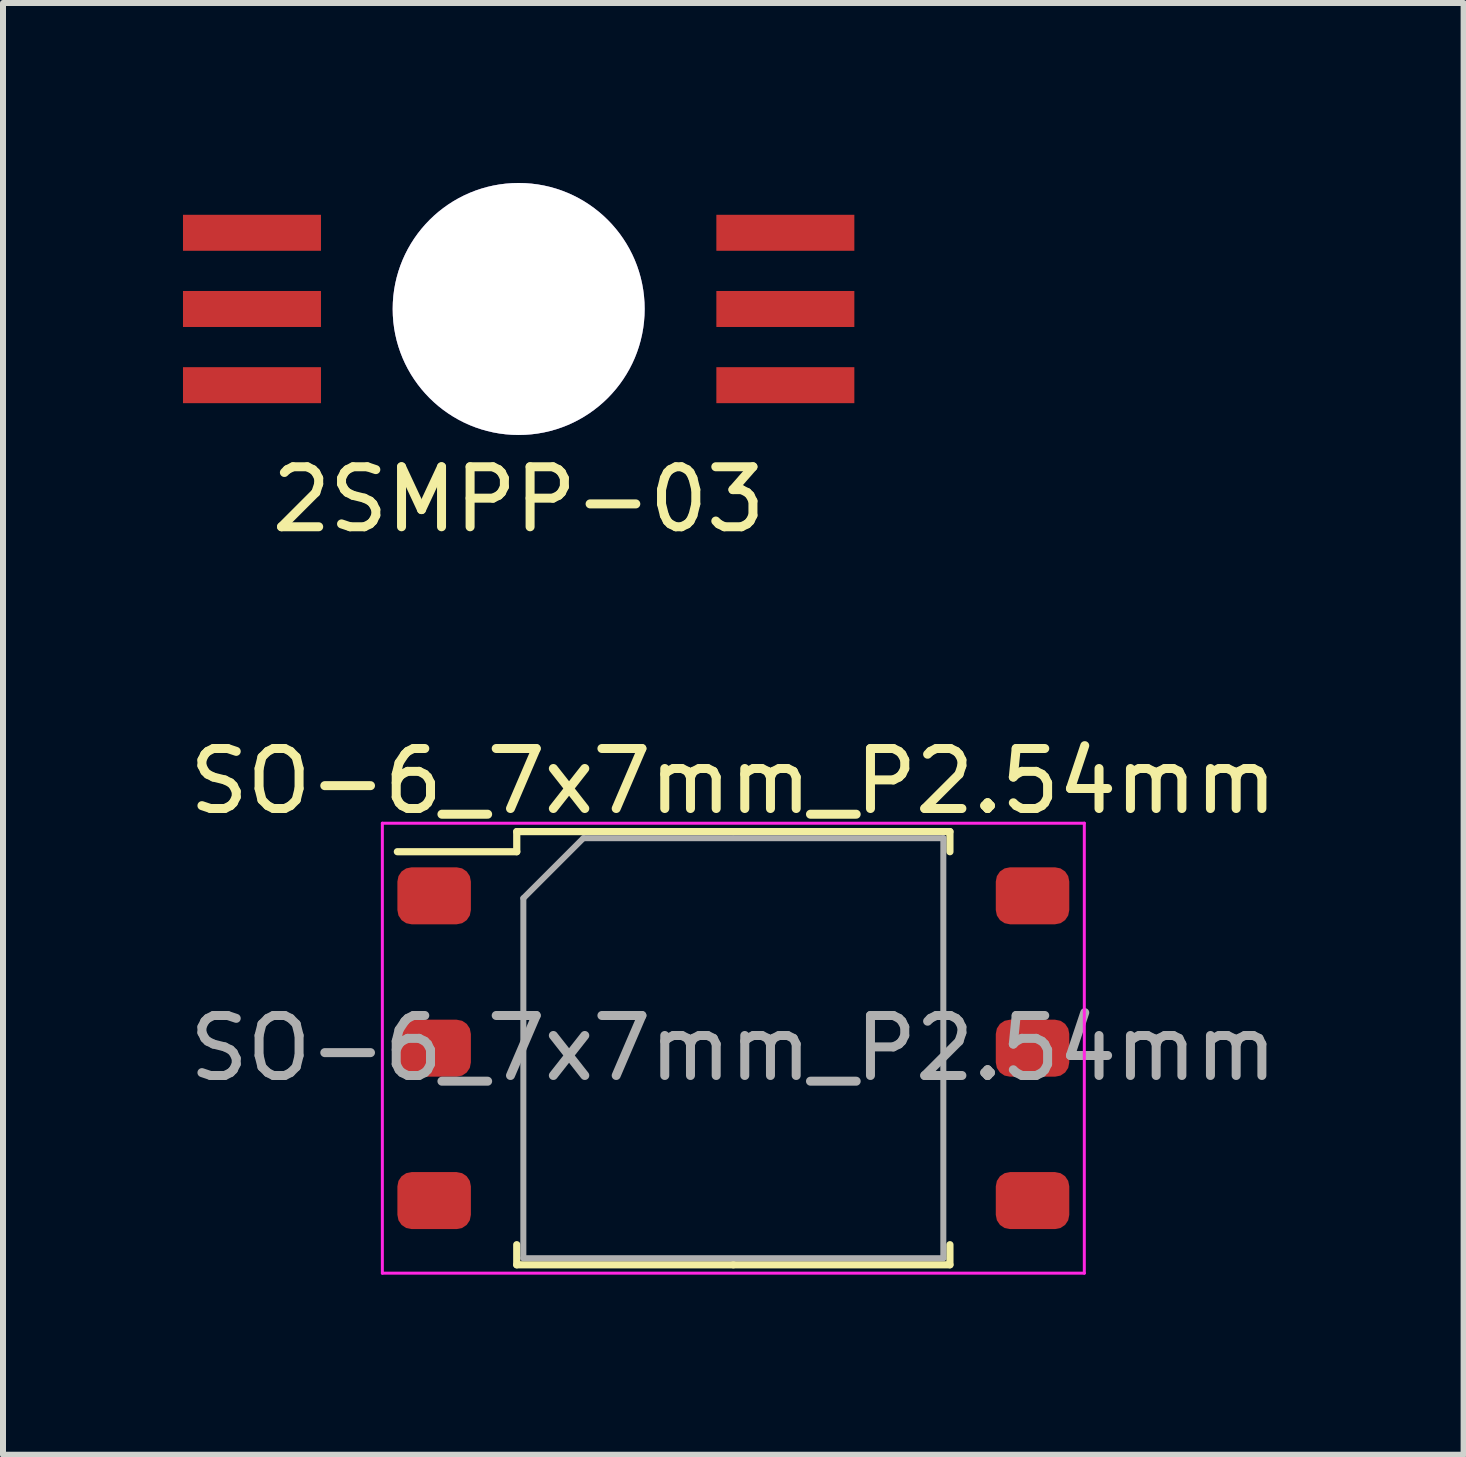
<source format=kicad_pcb>
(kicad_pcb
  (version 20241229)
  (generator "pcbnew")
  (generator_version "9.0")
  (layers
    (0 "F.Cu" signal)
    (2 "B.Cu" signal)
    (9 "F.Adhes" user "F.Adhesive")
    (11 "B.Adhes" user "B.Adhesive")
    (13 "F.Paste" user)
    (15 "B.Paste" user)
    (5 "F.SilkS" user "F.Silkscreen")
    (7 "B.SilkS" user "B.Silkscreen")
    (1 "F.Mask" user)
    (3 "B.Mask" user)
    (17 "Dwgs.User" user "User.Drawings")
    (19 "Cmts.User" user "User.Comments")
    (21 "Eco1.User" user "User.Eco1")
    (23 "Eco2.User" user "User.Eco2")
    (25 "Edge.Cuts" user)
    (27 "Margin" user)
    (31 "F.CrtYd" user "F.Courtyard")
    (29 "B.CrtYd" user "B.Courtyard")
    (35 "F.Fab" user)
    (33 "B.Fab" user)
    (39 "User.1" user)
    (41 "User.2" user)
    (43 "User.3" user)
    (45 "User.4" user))
  (footprint "2SMPP-03"
    (layer "F.Cu")
    (at 5.595 2.1)
    (property "Reference" "2SMPP-03" (at 0 3.175 0) (layer "F.SilkS") (effects (font (size 1 1) (thickness 0.15))))
    (attr through_hole)
    (pad "" thru_hole circle (at 0 0) (size 4.2 4.2) (drill 4.2) (layers "*.Cu" "*.Mask"))
    (pad "1" smd rect (at -4.445 -1.27) (size 2.3 0.6) (layers "F.Cu" "F.Mask" "F.Paste"))
    (pad "2" smd rect (at -4.445 0) (size 2.3 0.6) (layers "F.Cu" "F.Mask" "F.Paste"))
    (pad "3" smd rect (at -4.445 1.27) (size 2.3 0.6) (layers "F.Cu" "F.Mask" "F.Paste"))
    (pad "4" smd rect (at 4.445 1.27) (size 2.3 0.6) (layers "F.Cu" "F.Mask" "F.Paste"))
    (pad "5" smd rect (at 4.445 0) (size 2.3 0.6) (layers "F.Cu" "F.Mask" "F.Paste"))
    (pad "6" smd rect (at 4.445 -1.27) (size 2.3 0.6) (layers "F.Cu" "F.Mask" "F.Paste")))
  (footprint "SO-6_7x7mm_P2.54mm"
    (layer "F.Cu")
    (at 9.173 14.421)
    (property "Reference" "SO-6_7x7mm_P2.54mm" (at 0 -4.45 0) (layer "F.SilkS") (effects (font (size 1 1) (thickness 0.15))))
    (attr smd)
    (fp_line (start -3.61 -3.61) (end -3.61 -3.275) (stroke (width 0.12) (type solid)) (layer "F.SilkS"))
    (fp_line (start -3.61 -3.275) (end -5.6 -3.275) (stroke (width 0.12) (type solid)) (layer "F.SilkS"))
    (fp_line (start -3.61 3.61) (end -3.61 3.275) (stroke (width 0.12) (type solid)) (layer "F.SilkS"))
    (fp_line (start 0 -3.61) (end -3.61 -3.61) (stroke (width 0.12) (type solid)) (layer "F.SilkS"))
    (fp_line (start 0 -3.61) (end 3.61 -3.61) (stroke (width 0.12) (type solid)) (layer "F.SilkS"))
    (fp_line (start 0 3.61) (end -3.61 3.61) (stroke (width 0.12) (type solid)) (layer "F.SilkS"))
    (fp_line (start 0 3.61) (end 3.61 3.61) (stroke (width 0.12) (type solid)) (layer "F.SilkS"))
    (fp_line (start 3.61 -3.61) (end 3.61 -3.275) (stroke (width 0.12) (type solid)) (layer "F.SilkS"))
    (fp_line (start 3.61 3.61) (end 3.61 3.275) (stroke (width 0.12) (type solid)) (layer "F.SilkS"))
    (fp_line (start -5.85 -3.75) (end -5.85 3.75) (stroke (width 0.05) (type solid)) (layer "F.CrtYd"))
    (fp_line (start -5.85 3.75) (end 5.85 3.75) (stroke (width 0.05) (type solid)) (layer "F.CrtYd"))
    (fp_line (start 5.85 -3.75) (end -5.85 -3.75) (stroke (width 0.05) (type solid)) (layer "F.CrtYd"))
    (fp_line (start 5.85 3.75) (end 5.85 -3.75) (stroke (width 0.05) (type solid)) (layer "F.CrtYd"))
    (fp_line (start -3.5 -2.5) (end -2.5 -3.5) (stroke (width 0.1) (type solid)) (layer "F.Fab"))
    (fp_line (start -3.5 3.5) (end -3.5 -2.5) (stroke (width 0.1) (type solid)) (layer "F.Fab"))
    (fp_line (start -2.5 -3.5) (end 3.5 -3.5) (stroke (width 0.1) (type solid)) (layer "F.Fab"))
    (fp_line (start 3.5 -3.5) (end 3.5 3.5) (stroke (width 0.1) (type solid)) (layer "F.Fab"))
    (fp_line (start 3.5 3.5) (end -3.5 3.5) (stroke (width 0.1) (type solid)) (layer "F.Fab"))
    (fp_text user "${REFERENCE}" (at 0 0 0) (layer "F.Fab") (effects (font (size 1 1) (thickness 0.15))))
    (pad "1" smd roundrect (at -4.987 -2.54) (size 1.225 0.95) (layers "F.Cu" "F.Mask" "F.Paste") (roundrect_rratio 0.25))
    (pad "2" smd roundrect (at -4.987 0) (size 1.225 0.95) (layers "F.Cu" "F.Mask" "F.Paste") (roundrect_rratio 0.25))
    (pad "3" smd roundrect (at -4.987 2.54) (size 1.225 0.95) (layers "F.Cu" "F.Mask" "F.Paste") (roundrect_rratio 0.25))
    (pad "4" smd roundrect (at 4.987 2.54) (size 1.225 0.95) (layers "F.Cu" "F.Mask" "F.Paste") (roundrect_rratio 0.25))
    (pad "5" smd roundrect (at 4.987 0) (size 1.225 0.95) (layers "F.Cu" "F.Mask" "F.Paste") (roundrect_rratio 0.25))
    (pad "6" smd roundrect (at 4.987 -2.54) (size 1.225 0.95) (layers "F.Cu" "F.Mask" "F.Paste") (roundrect_rratio 0.25)))
  (gr_rect
    (start -3 -3)
    (end 21.345 21.197)
    (stroke (width 0.1) (type default))
    (fill no)
    (layer "Edge.Cuts")))
</source>
